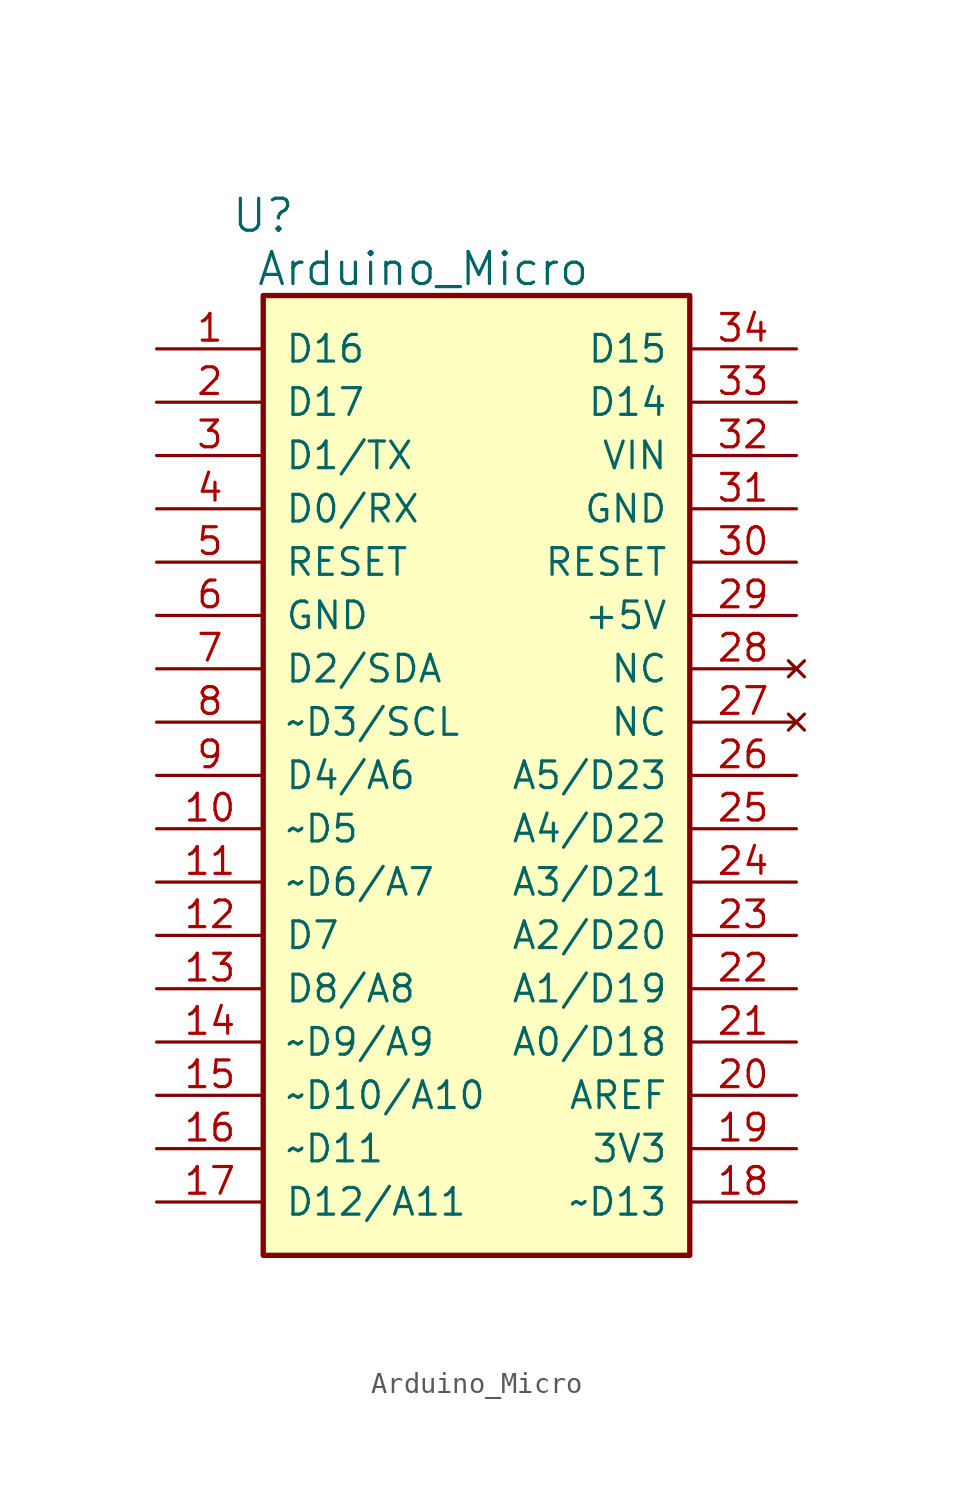
<source format=kicad_sym>
(kicad_symbol_lib
  (version 20241209)
  (generator "kicad_symbol_editor")
  (generator_version "9.0")
  (symbol "Arduino_Micro"
    (pin_names
      (offset 1.016))
    (property "Reference" "U"
      (at -10.16 26.67 0)
      (effects (font (size 1.524 1.524))))
    (property "Value" "Arduino_Micro"
      (at -2.54 24.13 0)
      (effects (font (size 1.524 1.524))))
    (symbol "Arduino_Micro_0_1"
      (rectangle (start -10.16 22.86) (end 10.16 -22.86) (stroke (width 0.254) (type solid)) (fill (type background))))
    (symbol "Arduino_Micro_1_1"
      (pin bidirectional line (at -15.24 20.32 0) (length 5.08) (name "D16" (effects (font (size 1.27 1.27)))) (number "1" (effects (font (size 1.27 1.27)))))
      (pin bidirectional line (at -15.24 17.78 0) (length 5.08) (name "D17" (effects (font (size 1.27 1.27)))) (number "2" (effects (font (size 1.27 1.27)))))
      (pin bidirectional line (at -15.24 15.24 0) (length 5.08) (name "D1/TX" (effects (font (size 1.27 1.27)))) (number "3" (effects (font (size 1.27 1.27)))))
      (pin bidirectional line (at -15.24 12.7 0) (length 5.08) (name "D0/RX" (effects (font (size 1.27 1.27)))) (number "4" (effects (font (size 1.27 1.27)))))
      (pin input line (at -15.24 10.16 0) (length 5.08) (name "RESET" (effects (font (size 1.27 1.27)))) (number "5" (effects (font (size 1.27 1.27)))))
      (pin power_in line (at -15.24 7.62 0) (length 5.08) (name "GND" (effects (font (size 1.27 1.27)))) (number "6" (effects (font (size 1.27 1.27)))))
      (pin bidirectional line (at -15.24 5.08 0) (length 5.08) (name "D2/SDA" (effects (font (size 1.27 1.27)))) (number "7" (effects (font (size 1.27 1.27)))))
      (pin bidirectional line (at -15.24 2.54 0) (length 5.08) (name "~D3/SCL" (effects (font (size 1.27 1.27)))) (number "8" (effects (font (size 1.27 1.27)))))
      (pin bidirectional line (at -15.24 0 0) (length 5.08) (name "D4/A6" (effects (font (size 1.27 1.27)))) (number "9" (effects (font (size 1.27 1.27)))))
      (pin bidirectional line (at -15.24 -2.54 0) (length 5.08) (name "~D5" (effects (font (size 1.27 1.27)))) (number "10" (effects (font (size 1.27 1.27)))))
      (pin bidirectional line (at -15.24 -5.08 0) (length 5.08) (name "~D6/A7" (effects (font (size 1.27 1.27)))) (number "11" (effects (font (size 1.27 1.27)))))
      (pin bidirectional line (at -15.24 -7.62 0) (length 5.08) (name "D7" (effects (font (size 1.27 1.27)))) (number "12" (effects (font (size 1.27 1.27)))))
      (pin bidirectional line (at -15.24 -10.16 0) (length 5.08) (name "D8/A8" (effects (font (size 1.27 1.27)))) (number "13" (effects (font (size 1.27 1.27)))))
      (pin bidirectional line (at -15.24 -12.7 0) (length 5.08) (name "~D9/A9" (effects (font (size 1.27 1.27)))) (number "14" (effects (font (size 1.27 1.27)))))
      (pin bidirectional line (at -15.24 -15.24 0) (length 5.08) (name "~D10/A10" (effects (font (size 1.27 1.27)))) (number "15" (effects (font (size 1.27 1.27)))))
      (pin bidirectional line (at -15.24 -17.78 0) (length 5.08) (name "~D11" (effects (font (size 1.27 1.27)))) (number "16" (effects (font (size 1.27 1.27)))))
      (pin bidirectional line (at -15.24 -20.32 0) (length 5.08) (name "D12/A11" (effects (font (size 1.27 1.27)))) (number "17" (effects (font (size 1.27 1.27)))))
      (pin bidirectional line (at 15.24 20.32 180) (length 5.08) (name "D15" (effects (font (size 1.27 1.27)))) (number "34" (effects (font (size 1.27 1.27)))))
      (pin bidirectional line (at 15.24 17.78 180) (length 5.08) (name "D14" (effects (font (size 1.27 1.27)))) (number "33" (effects (font (size 1.27 1.27)))))
      (pin power_out line (at 15.24 15.24 180) (length 5.08) (name "VIN" (effects (font (size 1.27 1.27)))) (number "32" (effects (font (size 1.27 1.27)))))
      (pin power_in line (at 15.24 12.7 180) (length 5.08) (name "GND" (effects (font (size 1.27 1.27)))) (number "31" (effects (font (size 1.27 1.27)))))
      (pin input line (at 15.24 10.16 180) (length 5.08) (name "RESET" (effects (font (size 1.27 1.27)))) (number "30" (effects (font (size 1.27 1.27)))))
      (pin power_in line (at 15.24 7.62 180) (length 5.08) (name "+5V" (effects (font (size 1.27 1.27)))) (number "29" (effects (font (size 1.27 1.27)))))
      (pin no_connect line (at 15.24 5.08 180) (length 5.08) (name "NC" (effects (font (size 1.27 1.27)))) (number "28" (effects (font (size 1.27 1.27)))))
      (pin no_connect line (at 15.24 2.54 180) (length 5.08) (name "NC" (effects (font (size 1.27 1.27)))) (number "27" (effects (font (size 1.27 1.27)))))
      (pin bidirectional line (at 15.24 0 180) (length 5.08) (name "A5/D23" (effects (font (size 1.27 1.27)))) (number "26" (effects (font (size 1.27 1.27)))))
      (pin bidirectional line (at 15.24 -2.54 180) (length 5.08) (name "A4/D22" (effects (font (size 1.27 1.27)))) (number "25" (effects (font (size 1.27 1.27)))))
      (pin bidirectional line (at 15.24 -5.08 180) (length 5.08) (name "A3/D21" (effects (font (size 1.27 1.27)))) (number "24" (effects (font (size 1.27 1.27)))))
      (pin bidirectional line (at 15.24 -7.62 180) (length 5.08) (name "A2/D20" (effects (font (size 1.27 1.27)))) (number "23" (effects (font (size 1.27 1.27)))))
      (pin bidirectional line (at 15.24 -10.16 180) (length 5.08) (name "A1/D19" (effects (font (size 1.27 1.27)))) (number "22" (effects (font (size 1.27 1.27)))))
      (pin bidirectional line (at 15.24 -12.7 180) (length 5.08) (name "A0/D18" (effects (font (size 1.27 1.27)))) (number "21" (effects (font (size 1.27 1.27)))))
      (pin input line (at 15.24 -15.24 180) (length 5.08) (name "AREF" (effects (font (size 1.27 1.27)))) (number "20" (effects (font (size 1.27 1.27)))))
      (pin power_out line (at 15.24 -17.78 180) (length 5.08) (name "3V3" (effects (font (size 1.27 1.27)))) (number "19" (effects (font (size 1.27 1.27)))))
      (pin bidirectional line (at 15.24 -20.32 180) (length 5.08) (name "~D13" (effects (font (size 1.27 1.27)))) (number "18" (effects (font (size 1.27 1.27))))))))
</source>
